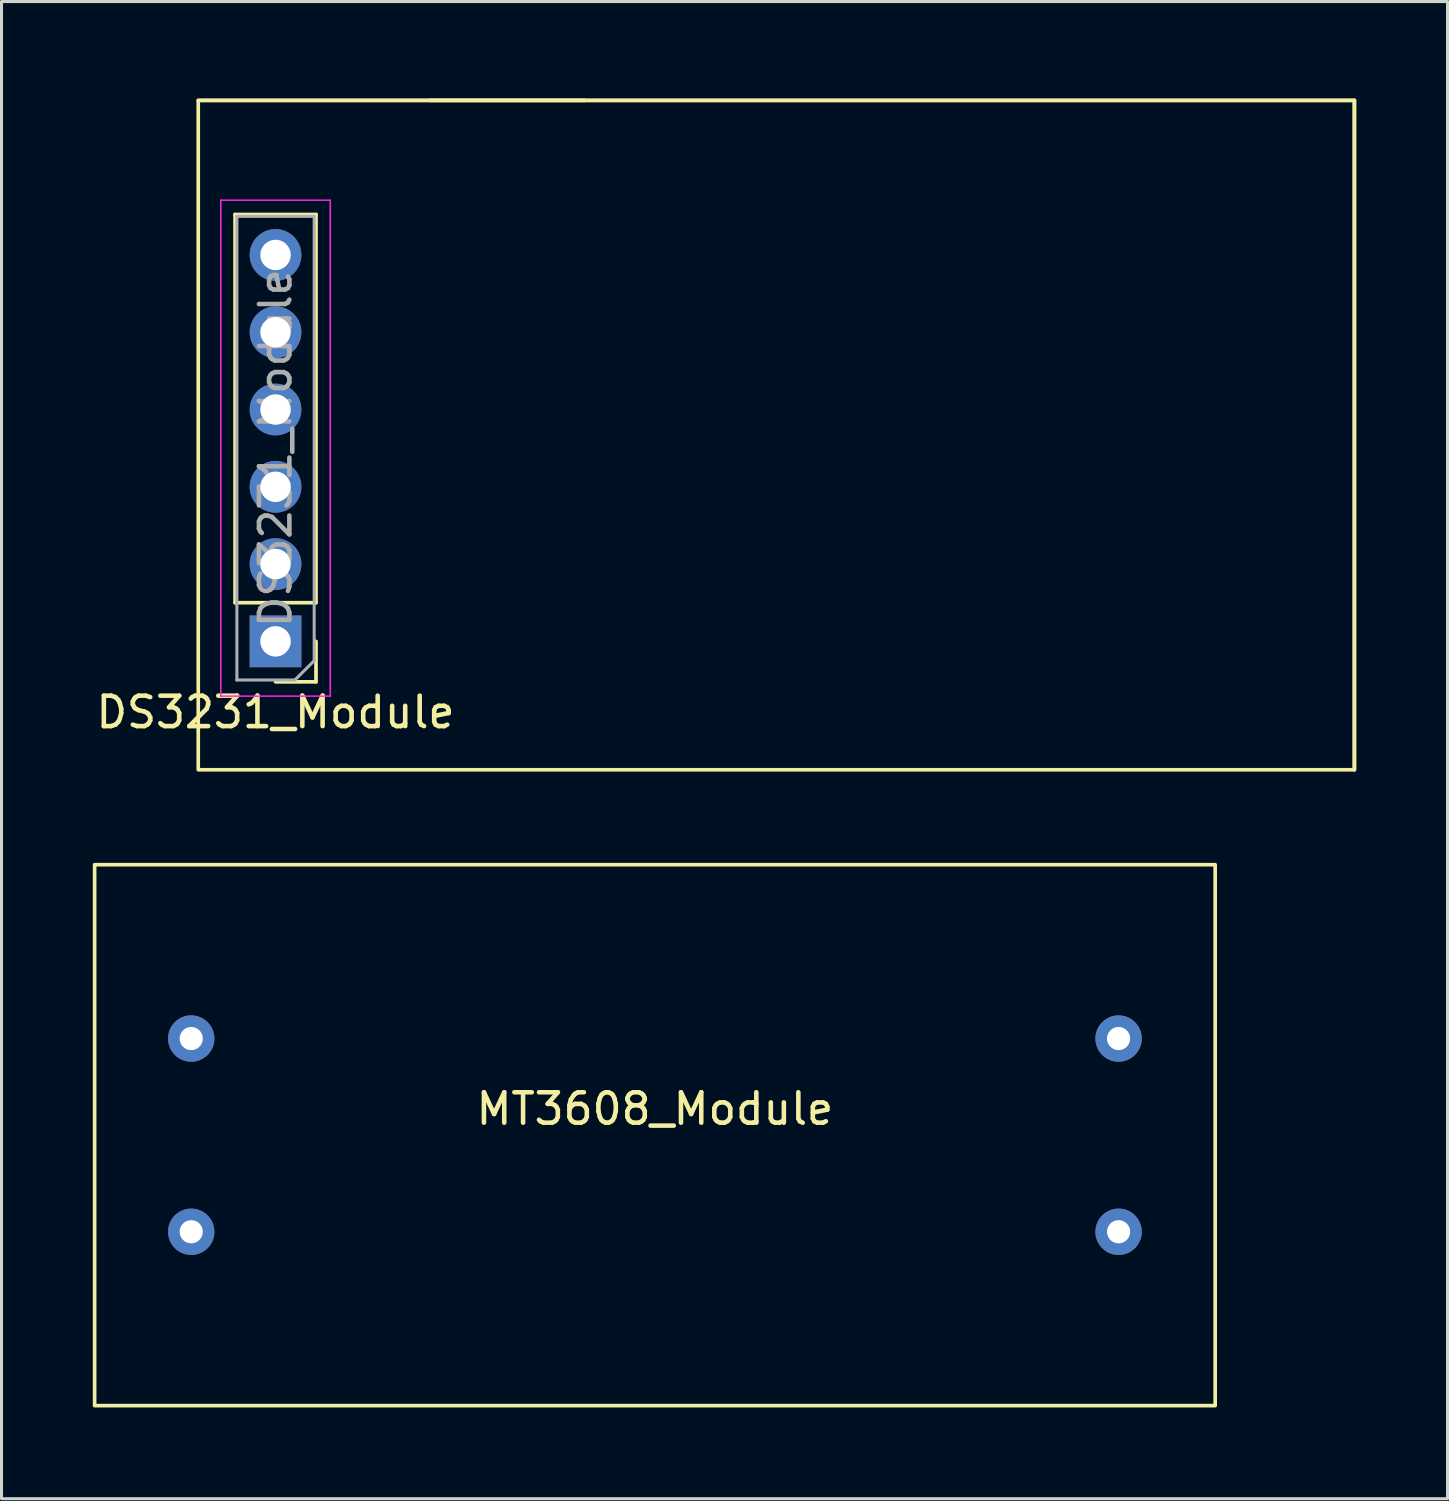
<source format=kicad_pcb>
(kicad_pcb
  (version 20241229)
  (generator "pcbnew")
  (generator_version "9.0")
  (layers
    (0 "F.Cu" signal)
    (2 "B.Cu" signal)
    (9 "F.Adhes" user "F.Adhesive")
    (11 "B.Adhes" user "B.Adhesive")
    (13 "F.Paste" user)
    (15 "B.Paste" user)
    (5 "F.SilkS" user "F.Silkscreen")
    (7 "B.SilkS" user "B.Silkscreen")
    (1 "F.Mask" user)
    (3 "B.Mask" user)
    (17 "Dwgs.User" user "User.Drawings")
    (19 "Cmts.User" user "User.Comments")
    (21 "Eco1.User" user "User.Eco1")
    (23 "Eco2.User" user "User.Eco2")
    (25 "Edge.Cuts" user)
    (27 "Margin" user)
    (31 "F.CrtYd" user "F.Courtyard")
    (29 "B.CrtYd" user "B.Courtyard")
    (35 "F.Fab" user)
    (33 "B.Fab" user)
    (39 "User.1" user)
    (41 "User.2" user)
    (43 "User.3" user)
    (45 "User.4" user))
  (footprint "DS3231_Module"
    (layer "F.Cu")
    (at 3.466 0.25)
    (property "Reference" "DS3231_Module" (at 2.54 20.11 180) (layer "F.SilkS") (effects (font (size 1 1) (thickness 0.15))))
    (attr through_hole)
    (fp_line (start 0 0) (end 38 0) (stroke (width 0.12) (type default)) (layer "F.SilkS"))
    (fp_line (start 1.21 16.51) (end 1.21 3.75) (stroke (width 0.12) (type solid)) (layer "F.SilkS"))
    (fp_line (start 3.87 3.75) (end 1.21 3.75) (stroke (width 0.12) (type solid)) (layer "F.SilkS"))
    (fp_line (start 3.87 16.51) (end 1.21 16.51) (stroke (width 0.12) (type solid)) (layer "F.SilkS"))
    (fp_line (start 3.87 16.51) (end 3.87 3.75) (stroke (width 0.12) (type solid)) (layer "F.SilkS"))
    (fp_line (start 3.87 17.78) (end 3.87 19.11) (stroke (width 0.12) (type solid)) (layer "F.SilkS"))
    (fp_line (start 3.87 19.11) (end 2.54 19.11) (stroke (width 0.12) (type solid)) (layer "F.SilkS"))
    (fp_line (start 12.7 0) (end 7.62 0) (stroke (width 0.12) (type default)) (layer "F.SilkS"))
    (fp_line (start 38 22) (end 38 0) (stroke (width 0.12) (type default)) (layer "F.SilkS"))
    (fp_rect (start 38 22) (end 0 0) (stroke (width 0.12) (type default)) (fill no) (layer "F.SilkS"))
    (fp_line (start 0.74 3.28) (end 0.74 19.58) (stroke (width 0.05) (type solid)) (layer "F.CrtYd"))
    (fp_line (start 0.74 19.58) (end 4.34 19.58) (stroke (width 0.05) (type solid)) (layer "F.CrtYd"))
    (fp_line (start 4.34 3.28) (end 0.74 3.28) (stroke (width 0.05) (type solid)) (layer "F.CrtYd"))
    (fp_line (start 4.34 19.58) (end 4.34 3.28) (stroke (width 0.05) (type solid)) (layer "F.CrtYd"))
    (fp_line (start 1.27 3.81) (end 3.81 3.81) (stroke (width 0.1) (type solid)) (layer "F.Fab"))
    (fp_line (start 1.27 19.05) (end 1.27 3.81) (stroke (width 0.1) (type solid)) (layer "F.Fab"))
    (fp_line (start 3.175 19.05) (end 1.27 19.05) (stroke (width 0.1) (type solid)) (layer "F.Fab"))
    (fp_line (start 3.81 3.81) (end 3.81 18.415) (stroke (width 0.1) (type solid)) (layer "F.Fab"))
    (fp_line (start 3.81 18.415) (end 3.175 19.05) (stroke (width 0.1) (type solid)) (layer "F.Fab"))
    (fp_text user "${REFERENCE}" (at 2.54 11.43 270) (layer "F.Fab") (effects (font (size 1 1) (thickness 0.15))))
    (pad "1" thru_hole rect (at 2.54 17.78 180) (size 1.7 1.7) (drill 1) (layers "*.Cu" "*.Mask"))
    (pad "2" thru_hole oval (at 2.54 15.24 180) (size 1.7 1.7) (drill 1) (layers "*.Cu" "*.Mask"))
    (pad "3" thru_hole oval (at 2.54 12.7 180) (size 1.7 1.7) (drill 1) (layers "*.Cu" "*.Mask"))
    (pad "4" thru_hole oval (at 2.54 10.16 180) (size 1.7 1.7) (drill 1) (layers "*.Cu" "*.Mask"))
    (pad "5" thru_hole oval (at 2.54 7.62 180) (size 1.7 1.7) (drill 1) (layers "*.Cu" "*.Mask"))
    (pad "6" thru_hole oval (at 2.54 5.08 180) (size 1.7 1.7) (drill 1) (layers "*.Cu" "*.Mask")))
  (footprint "MT3608_Module"
    (layer "F.Cu")
    (at 18.475 33.625)
    (property "Reference" "MT3608_Module" (at 0 -0.23 0) (unlocked yes) (layer "F.SilkS") (effects (font (size 1 1) (thickness 0.15))))
    (attr through_hole)
    (fp_rect (start -18.415 -8.255) (end 18.415 9.525) (stroke (width 0.12) (type solid)) (fill no) (layer "F.SilkS"))
    (pad "1" thru_hole circle (at -15.24 -2.54) (size 1.524 1.524) (drill 0.762) (layers "*.Cu" "*.Mask"))
    (pad "2" thru_hole circle (at -15.24 3.81) (size 1.524 1.524) (drill 0.762) (layers "*.Cu" "*.Mask"))
    (pad "3" thru_hole circle (at 15.24 -2.54) (size 1.524 1.524) (drill 0.762) (layers "*.Cu" "*.Mask"))
    (pad "4" thru_hole circle (at 15.24 3.81) (size 1.524 1.524) (drill 0.762) (layers "*.Cu" "*.Mask")))
  (gr_rect
    (start -3 -3)
    (end 44.526 46.21)
    (stroke (width 0.1) (type default))
    (fill no)
    (layer "Edge.Cuts")))
</source>
